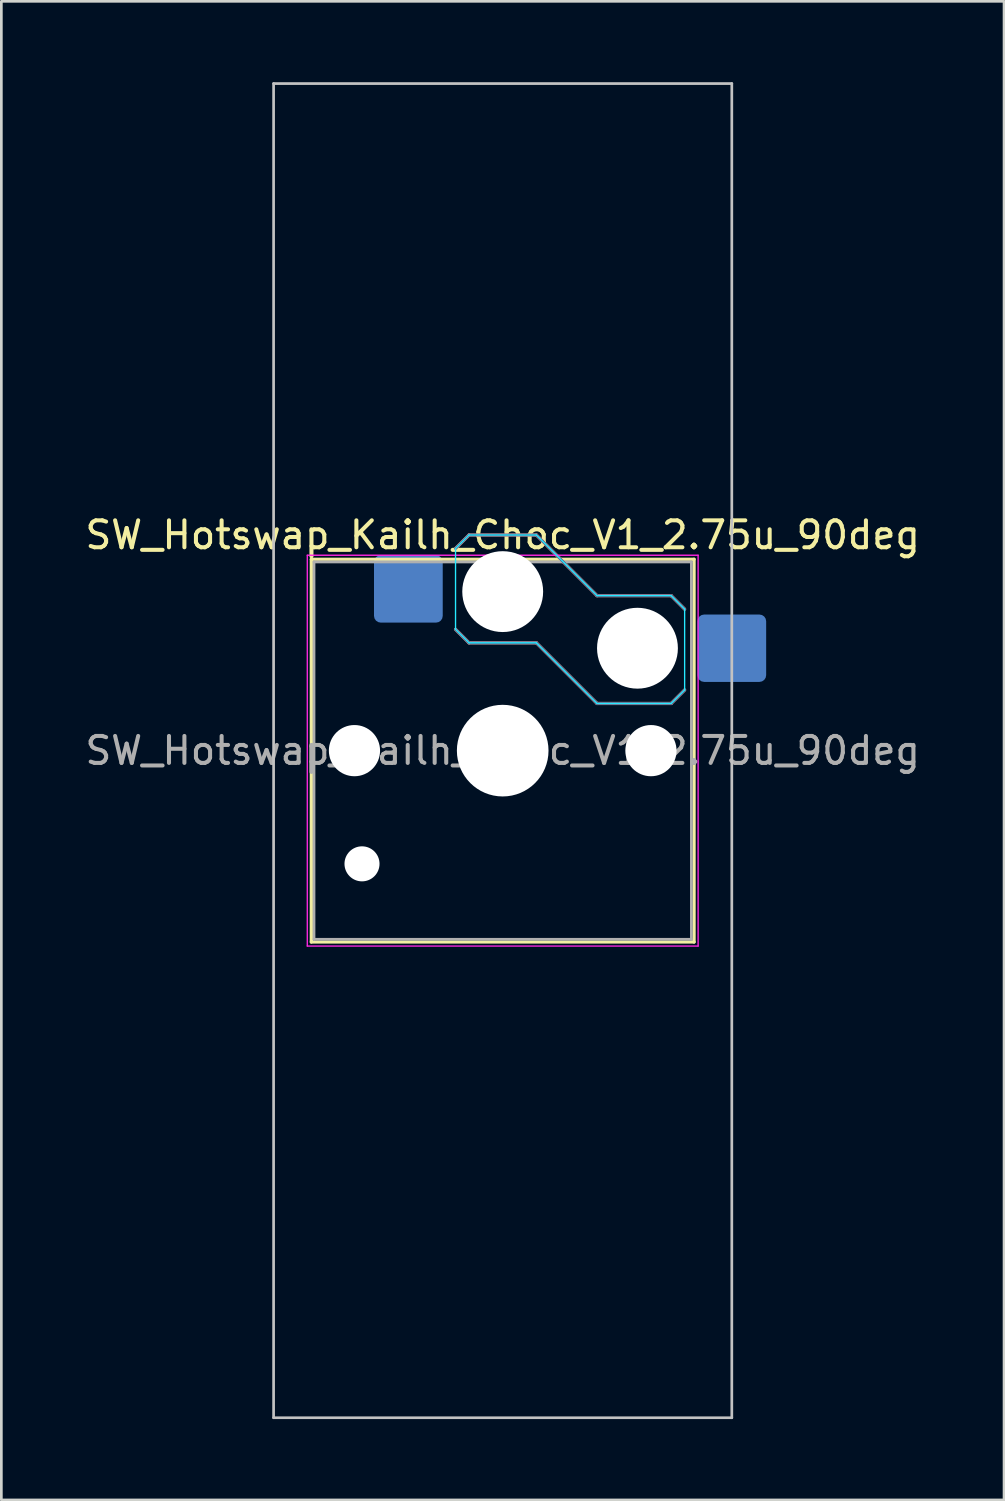
<source format=kicad_pcb>
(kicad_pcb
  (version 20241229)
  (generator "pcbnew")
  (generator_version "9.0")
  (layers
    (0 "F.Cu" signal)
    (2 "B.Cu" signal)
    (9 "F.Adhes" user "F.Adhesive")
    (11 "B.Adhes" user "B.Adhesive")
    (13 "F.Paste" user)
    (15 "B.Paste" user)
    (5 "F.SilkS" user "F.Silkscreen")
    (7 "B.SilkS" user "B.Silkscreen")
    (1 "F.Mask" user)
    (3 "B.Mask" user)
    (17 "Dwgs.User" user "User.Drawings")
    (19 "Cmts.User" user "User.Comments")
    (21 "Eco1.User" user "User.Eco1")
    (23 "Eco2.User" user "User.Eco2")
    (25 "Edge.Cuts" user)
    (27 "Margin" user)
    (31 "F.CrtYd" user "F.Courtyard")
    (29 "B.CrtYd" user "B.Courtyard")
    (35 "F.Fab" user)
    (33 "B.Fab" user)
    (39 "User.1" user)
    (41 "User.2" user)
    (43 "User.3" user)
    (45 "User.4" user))
  (footprint "SW_Hotswap_Kailh_Choc_V1_2.75u_90deg"
    (layer "F.Cu")
    (at 15.601 24.8)
    (property "Reference" "SW_Hotswap_Kailh_Choc_V1_2.75u_90deg" (at 0 -8 0) (layer "F.SilkS") (effects (font (size 1 1) (thickness 0.15))))
    (attr smd)
    (fp_line (start -7.1 -7.1) (end -7.1 7.1) (stroke (width 0.12) (type solid)) (layer "F.SilkS"))
    (fp_line (start -7.1 7.1) (end 7.1 7.1) (stroke (width 0.12) (type solid)) (layer "F.SilkS"))
    (fp_line (start 7.1 -7.1) (end -7.1 -7.1) (stroke (width 0.12) (type solid)) (layer "F.SilkS"))
    (fp_line (start 7.1 7.1) (end 7.1 -7.1) (stroke (width 0.12) (type solid)) (layer "F.SilkS"))
    (fp_line (start -1.75 -7.5) (end -1.25 -8) (stroke (width 0.12) (type solid)) (layer "B.SilkS"))
    (fp_line (start -1.25 -8) (end 1.25 -8) (stroke (width 0.12) (type solid)) (layer "B.SilkS"))
    (fp_line (start -1.25 -4) (end -1.75 -4.5) (stroke (width 0.12) (type solid)) (layer "B.SilkS"))
    (fp_line (start 1.25 -8) (end 3.5 -5.75) (stroke (width 0.12) (type solid)) (layer "B.SilkS"))
    (fp_line (start 1.25 -4) (end -1.25 -4) (stroke (width 0.12) (type solid)) (layer "B.SilkS"))
    (fp_line (start 3.5 -5.75) (end 6.25 -5.75) (stroke (width 0.12) (type solid)) (layer "B.SilkS"))
    (fp_line (start 3.5 -1.75) (end 1.25 -4) (stroke (width 0.12) (type solid)) (layer "B.SilkS"))
    (fp_line (start 6.25 -5.75) (end 6.75 -5.25) (stroke (width 0.12) (type solid)) (layer "B.SilkS"))
    (fp_line (start 6.25 -1.75) (end 3.5 -1.75) (stroke (width 0.12) (type solid)) (layer "B.SilkS"))
    (fp_line (start 6.75 -2.25) (end 6.25 -1.75) (stroke (width 0.12) (type solid)) (layer "B.SilkS"))
    (fp_line (start -8.5 -24.75) (end 8.5 -24.75) (stroke (width 0.1) (type solid)) (layer "Dwgs.User"))
    (fp_line (start -8.5 24.75) (end -8.5 -24.75) (stroke (width 0.1) (type solid)) (layer "Dwgs.User"))
    (fp_line (start 8.5 -24.75) (end 8.5 24.75) (stroke (width 0.1) (type solid)) (layer "Dwgs.User"))
    (fp_line (start 8.5 24.75) (end -8.5 24.75) (stroke (width 0.1) (type solid)) (layer "Dwgs.User"))
    (fp_line (start -1.75 -7.5) (end -1.25 -8) (stroke (width 0.05) (type solid)) (layer "B.CrtYd"))
    (fp_line (start -1.75 -4.5) (end -1.75 -7.5) (stroke (width 0.05) (type solid)) (layer "B.CrtYd"))
    (fp_line (start -1.25 -8) (end 1.25 -8) (stroke (width 0.05) (type solid)) (layer "B.CrtYd"))
    (fp_line (start -1.25 -4) (end -1.75 -4.5) (stroke (width 0.05) (type solid)) (layer "B.CrtYd"))
    (fp_line (start 1.25 -8) (end 3.5 -5.75) (stroke (width 0.05) (type solid)) (layer "B.CrtYd"))
    (fp_line (start 1.25 -4) (end -1.25 -4) (stroke (width 0.05) (type solid)) (layer "B.CrtYd"))
    (fp_line (start 3.5 -5.75) (end 6.25 -5.75) (stroke (width 0.05) (type solid)) (layer "B.CrtYd"))
    (fp_line (start 3.5 -1.75) (end 1.25 -4) (stroke (width 0.05) (type solid)) (layer "B.CrtYd"))
    (fp_line (start 6.25 -5.75) (end 6.75 -5.25) (stroke (width 0.05) (type solid)) (layer "B.CrtYd"))
    (fp_line (start 6.25 -1.75) (end 3.5 -1.75) (stroke (width 0.05) (type solid)) (layer "B.CrtYd"))
    (fp_line (start 6.75 -5.25) (end 6.75 -2.25) (stroke (width 0.05) (type solid)) (layer "B.CrtYd"))
    (fp_line (start 6.75 -2.25) (end 6.25 -1.75) (stroke (width 0.05) (type solid)) (layer "B.CrtYd"))
    (fp_line (start -7.25 -7.25) (end -7.25 7.25) (stroke (width 0.05) (type solid)) (layer "F.CrtYd"))
    (fp_line (start -7.25 7.25) (end 7.25 7.25) (stroke (width 0.05) (type solid)) (layer "F.CrtYd"))
    (fp_line (start 7.25 -7.25) (end -7.25 -7.25) (stroke (width 0.05) (type solid)) (layer "F.CrtYd"))
    (fp_line (start 7.25 7.25) (end 7.25 -7.25) (stroke (width 0.05) (type solid)) (layer "F.CrtYd"))
    (fp_line (start -1.75 -7.5) (end -1.25 -8) (stroke (width 0.1) (type solid)) (layer "B.Fab"))
    (fp_line (start -1.25 -8) (end 1.25 -8) (stroke (width 0.1) (type solid)) (layer "B.Fab"))
    (fp_line (start -1.25 -4) (end -1.75 -4.5) (stroke (width 0.1) (type solid)) (layer "B.Fab"))
    (fp_line (start 1.25 -8) (end 3.5 -5.75) (stroke (width 0.1) (type solid)) (layer "B.Fab"))
    (fp_line (start 1.25 -4) (end -1.25 -4) (stroke (width 0.1) (type solid)) (layer "B.Fab"))
    (fp_line (start 3.5 -5.75) (end 6.25 -5.75) (stroke (width 0.1) (type solid)) (layer "B.Fab"))
    (fp_line (start 3.5 -1.75) (end 1.25 -4) (stroke (width 0.1) (type solid)) (layer "B.Fab"))
    (fp_line (start 6.25 -5.75) (end 6.75 -5.25) (stroke (width 0.1) (type solid)) (layer "B.Fab"))
    (fp_line (start 6.25 -1.75) (end 3.5 -1.75) (stroke (width 0.1) (type solid)) (layer "B.Fab"))
    (fp_line (start 6.75 -2.25) (end 6.25 -1.75) (stroke (width 0.1) (type solid)) (layer "B.Fab"))
    (fp_line (start -7 -7) (end -7 7) (stroke (width 0.1) (type solid)) (layer "F.Fab"))
    (fp_line (start -7 7) (end 7 7) (stroke (width 0.1) (type solid)) (layer "F.Fab"))
    (fp_line (start 7 -7) (end -7 -7) (stroke (width 0.1) (type solid)) (layer "F.Fab"))
    (fp_line (start 7 7) (end 7 -7) (stroke (width 0.1) (type solid)) (layer "F.Fab"))
    (fp_text user "${REFERENCE}" (at 0 0 0) (layer "F.Fab") (effects (font (size 1 1) (thickness 0.15))))
    (pad "" np_thru_hole circle (at -5.5 0) (size 1.9 1.9) (drill 1.9) (layers "*.Cu" "*.Mask"))
    (pad "" np_thru_hole circle (at -5.22 4.2) (size 1.3 1.3) (drill 1.3) (layers "*.Cu" "*.Mask"))
    (pad "" np_thru_hole circle (at 0 -5.9) (size 3 3) (drill 3) (layers "*.Cu" "*.Mask"))
    (pad "" np_thru_hole circle (at 0 0) (size 3.4 3.4) (drill 3.4) (layers "*.Cu" "*.Mask"))
    (pad "" np_thru_hole circle (at 5 -3.8) (size 3 3) (drill 3) (layers "*.Cu" "*.Mask"))
    (pad "" np_thru_hole circle (at 5.5 0) (size 1.9 1.9) (drill 1.9) (layers "*.Cu" "*.Mask"))
    (pad "1" smd roundrect (at -3.5 -6) (size 2.55 2.5) (layers "B.Cu" "B.Mask" "B.Paste") (roundrect_rratio 0.1))
    (pad "2" smd roundrect (at 8.5 -3.8) (size 2.55 2.5) (layers "B.Cu" "B.Mask" "B.Paste") (roundrect_rratio 0.1)))
  (gr_rect
    (start -3 -3)
    (end 34.202 52.6)
    (stroke (width 0.1) (type default))
    (fill no)
    (layer "Edge.Cuts")))
</source>
